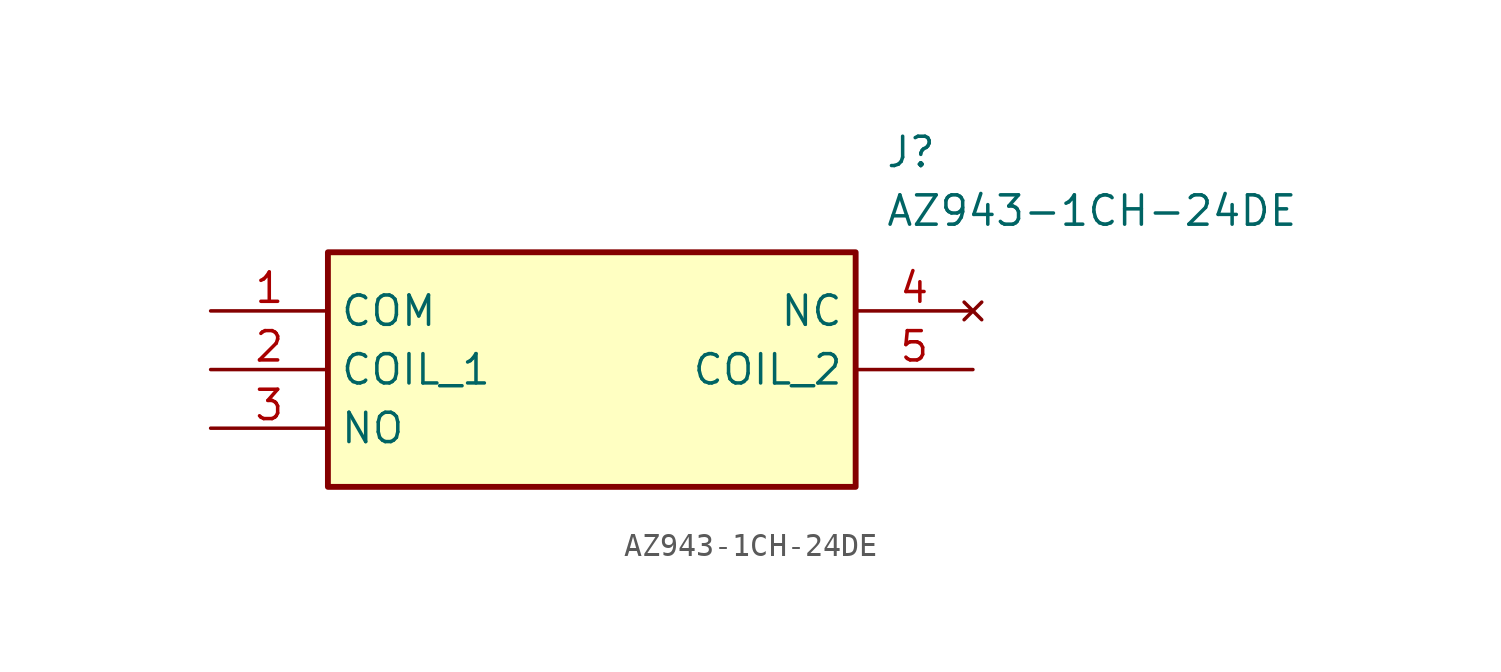
<source format=kicad_sym>
(kicad_symbol_lib
  (version 20211014)
  (generator SamacSys_ECAD_Model)
  (symbol "AZ943-1CH-24DE"
    (property "Reference" "J"
      (at 29.21 7.62 0)
      (effects (font (size 1.27 1.27)) (justify left top)))
    (property "Value" "AZ943-1CH-24DE"
      (at 29.21 5.08 0)
      (effects (font (size 1.27 1.27)) (justify left top)))
    (rectangle
      (start 5.08 2.54)
      (end 27.94 -7.62)
      (stroke (width 0.254) (type default))
      (fill (type background)))
    (pin passive line
      (at 0 0 0)
      (length 5.08)
      (name "COM" (effects (font (size 1.27 1.27))))
      (number "1" (effects (font (size 1.27 1.27)))))
    (pin passive line
      (at 0 -2.54 0)
      (length 5.08)
      (name "COIL_1" (effects (font (size 1.27 1.27))))
      (number "2" (effects (font (size 1.27 1.27)))))
    (pin passive line
      (at 0 -5.08 0)
      (length 5.08)
      (name "NO" (effects (font (size 1.27 1.27))))
      (number "3" (effects (font (size 1.27 1.27)))))
    (pin no_connect line
      (at 33.02 0 180)
      (length 5.08)
      (name "NC" (effects (font (size 1.27 1.27))))
      (number "4" (effects (font (size 1.27 1.27)))))
    (pin passive line
      (at 33.02 -2.54 180)
      (length 5.08)
      (name "COIL_2" (effects (font (size 1.27 1.27))))
      (number "5" (effects (font (size 1.27 1.27)))))))
</source>
